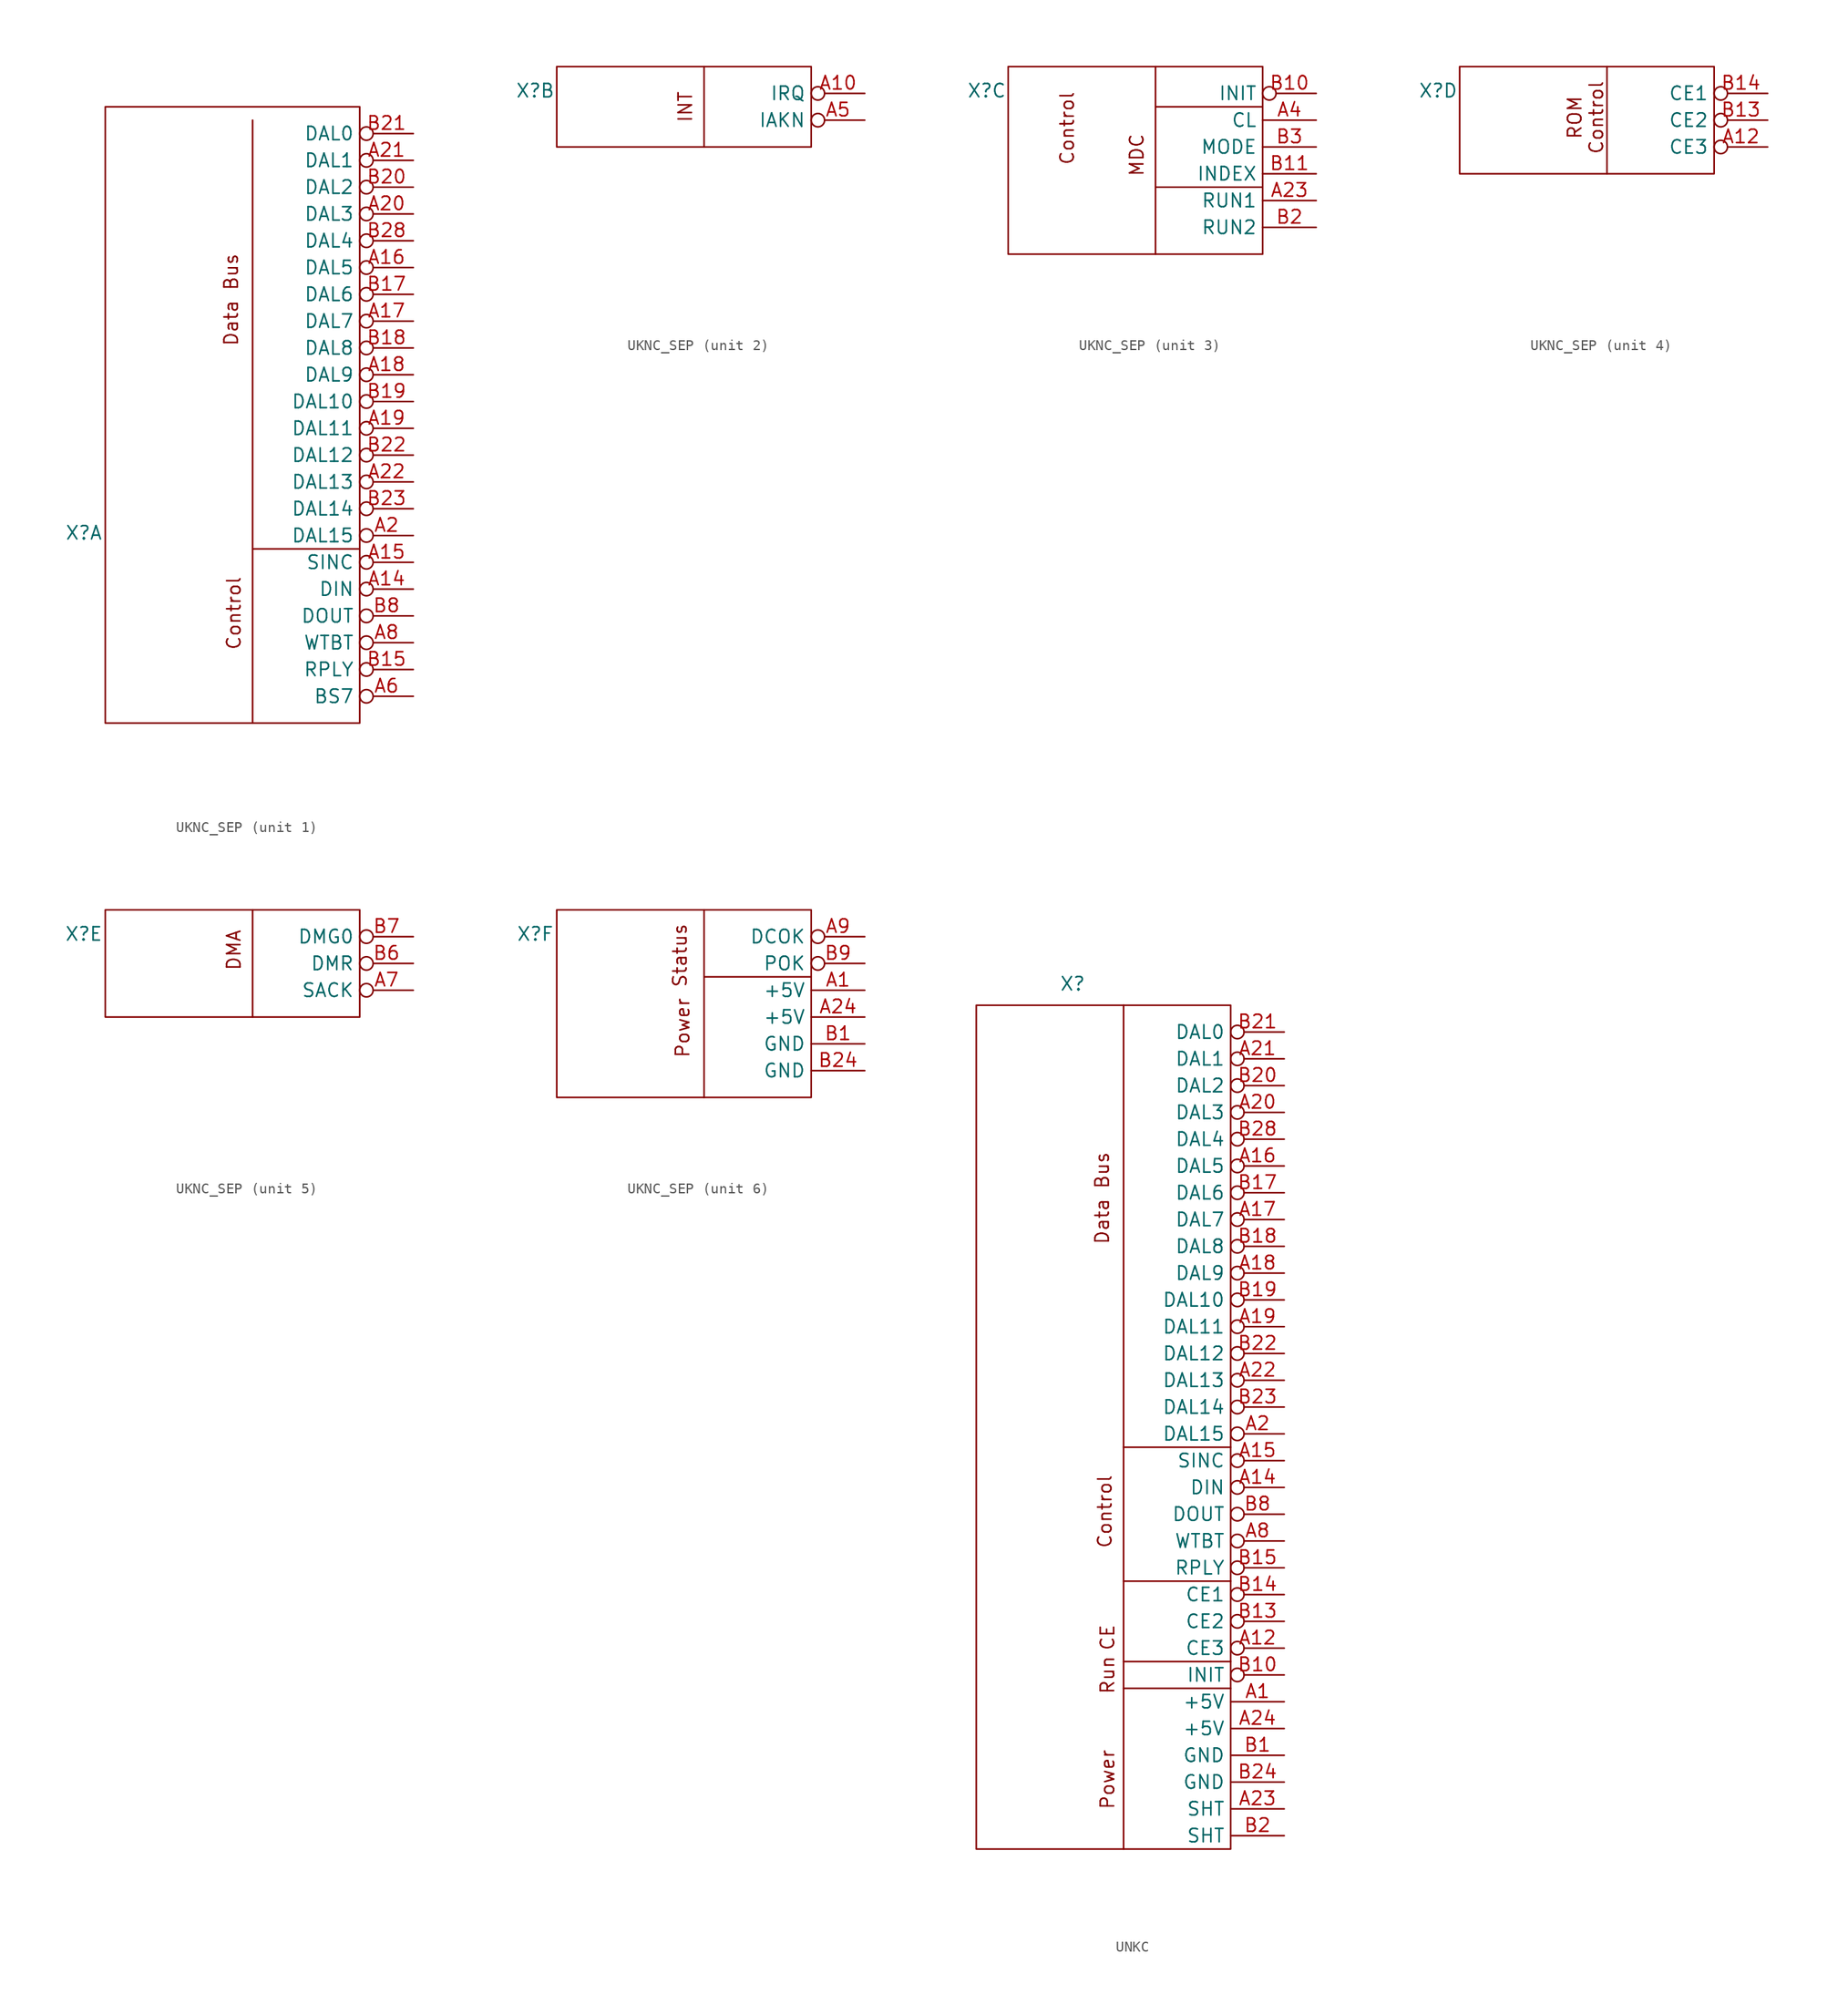
<source format=kicad_sym>
(kicad_symbol_lib
  (version 20231120)
  (generator "kicad_symbol_editor")
  (generator_version "8.0")
  (symbol "UKNC_SEP"
    (property "Reference" "X"
      (at -31.242 0.254 0)
      (effects (font (size 1.27 1.27))))
    (property "Value" ""
      (at -5.08 -20.32 0)
      (effects (font (size 1.27 1.27))))
    (property "ki_locked" ""
      (at 0 0 0)
      (effects (font (size 1.27 1.27))))
    (symbol "UKNC_SEP_1_1"
      (rectangle (start -29.21 40.64) (end -5.08 -17.78) (stroke (width 0) (type default)) (fill (type none)))
      (polyline (pts (xy -15.24 39.37) (xy -15.24 -17.78)) (stroke (width 0) (type default)) (fill (type none)))
      (polyline (pts (xy -5.08 -1.27) (xy -15.24 -1.27)) (stroke (width 0) (type default)) (fill (type none)))
      (text "Control" (at -17.018 -7.366 900) (effects (font (size 1.27 1.27))))
      (text "Data Bus" (at -17.272 22.352 900) (effects (font (size 1.27 1.27))))
      (pin output inverted (at 0 -5.08 180) (length 5.08) (name "DIN" (effects (font (size 1.27 1.27)))) (number "A14" (effects (font (size 1.27 1.27)))))
      (pin output inverted (at 0 -2.54 180) (length 5.08) (name "SINC" (effects (font (size 1.27 1.27)))) (number "A15" (effects (font (size 1.27 1.27)))))
      (pin bidirectional inverted (at 0 25.4 180) (length 5.08) (name "DAL5" (effects (font (size 1.27 1.27)))) (number "A16" (effects (font (size 1.27 1.27)))))
      (pin bidirectional inverted (at 0 20.32 180) (length 5.08) (name "DAL7" (effects (font (size 1.27 1.27)))) (number "A17" (effects (font (size 1.27 1.27)))))
      (pin bidirectional inverted (at 0 15.24 180) (length 5.08) (name "DAL9" (effects (font (size 1.27 1.27)))) (number "A18" (effects (font (size 1.27 1.27)))))
      (pin bidirectional inverted (at 0 10.16 180) (length 5.08) (name "DAL11" (effects (font (size 1.27 1.27)))) (number "A19" (effects (font (size 1.27 1.27)))))
      (pin bidirectional inverted (at 0 0 180) (length 5.08) (name "DAL15" (effects (font (size 1.27 1.27)))) (number "A2" (effects (font (size 1.27 1.27)))))
      (pin bidirectional inverted (at 0 30.48 180) (length 5.08) (name "DAL3" (effects (font (size 1.27 1.27)))) (number "A20" (effects (font (size 1.27 1.27)))))
      (pin bidirectional inverted (at 0 35.56 180) (length 5.08) (name "DAL1" (effects (font (size 1.27 1.27)))) (number "A21" (effects (font (size 1.27 1.27)))))
      (pin bidirectional inverted (at 0 5.08 180) (length 5.08) (name "DAL13" (effects (font (size 1.27 1.27)))) (number "A22" (effects (font (size 1.27 1.27)))))
      (pin output inverted (at 0 -15.24 180) (length 5.08) (name "BS7" (effects (font (size 1.27 1.27)))) (number "A6" (effects (font (size 1.27 1.27)))))
      (pin output inverted (at 0 -10.16 180) (length 5.08) (name "WTBT" (effects (font (size 1.27 1.27)))) (number "A8" (effects (font (size 1.27 1.27)))))
      (pin input inverted (at 0 -12.7 180) (length 5.08) (name "RPLY" (effects (font (size 1.27 1.27)))) (number "B15" (effects (font (size 1.27 1.27)))))
      (pin bidirectional inverted (at 0 22.86 180) (length 5.08) (name "DAL6" (effects (font (size 1.27 1.27)))) (number "B17" (effects (font (size 1.27 1.27)))))
      (pin bidirectional inverted (at 0 17.78 180) (length 5.08) (name "DAL8" (effects (font (size 1.27 1.27)))) (number "B18" (effects (font (size 1.27 1.27)))))
      (pin bidirectional inverted (at 0 12.7 180) (length 5.08) (name "DAL10" (effects (font (size 1.27 1.27)))) (number "B19" (effects (font (size 1.27 1.27)))))
      (pin bidirectional inverted (at 0 33.02 180) (length 5.08) (name "DAL2" (effects (font (size 1.27 1.27)))) (number "B20" (effects (font (size 1.27 1.27)))))
      (pin bidirectional inverted (at 0 38.1 180) (length 5.08) (name "DAL0" (effects (font (size 1.27 1.27)))) (number "B21" (effects (font (size 1.27 1.27)))))
      (pin bidirectional inverted (at 0 7.62 180) (length 5.08) (name "DAL12" (effects (font (size 1.27 1.27)))) (number "B22" (effects (font (size 1.27 1.27)))))
      (pin bidirectional inverted (at 0 2.54 180) (length 5.08) (name "DAL14" (effects (font (size 1.27 1.27)))) (number "B23" (effects (font (size 1.27 1.27)))))
      (pin bidirectional inverted (at 0 27.94 180) (length 5.08) (name "DAL4" (effects (font (size 1.27 1.27)))) (number "B28" (effects (font (size 1.27 1.27)))))
      (pin output inverted (at 0 -7.62 180) (length 5.08) (name "DOUT" (effects (font (size 1.27 1.27)))) (number "B8" (effects (font (size 1.27 1.27))))))
    (symbol "UKNC_SEP_2_1"
      (rectangle (start -29.21 2.54) (end -5.08 -5.08) (stroke (width 0) (type default)) (fill (type none)))
      (polyline (pts (xy -15.24 2.54) (xy -15.24 -5.08)) (stroke (width 0) (type default)) (fill (type none)))
      (text "INT" (at -17.018 -1.27 900) (effects (font (size 1.27 1.27))))
      (pin input inverted (at 0 0 180) (length 5.08) (name "IRQ" (effects (font (size 1.27 1.27)))) (number "A10" (effects (font (size 1.27 1.27)))))
      (pin output inverted (at 0 -2.54 180) (length 5.08) (name "IAKN" (effects (font (size 1.27 1.27)))) (number "A5" (effects (font (size 1.27 1.27))))))
    (symbol "UKNC_SEP_3_1"
      (rectangle (start -29.21 2.54) (end -5.08 -15.24) (stroke (width 0) (type default)) (fill (type none)))
      (polyline (pts (xy -15.24 2.54) (xy -15.24 -15.24)) (stroke (width 0) (type default)) (fill (type none)))
      (polyline (pts (xy -5.08 -8.89) (xy -15.24 -8.89)) (stroke (width 0) (type default)) (fill (type none)))
      (polyline (pts (xy -5.08 -1.27) (xy -15.24 -1.27)) (stroke (width 0) (type default)) (fill (type none)))
      (text "Control" (at -23.622 -3.302 900) (effects (font (size 1.27 1.27))))
      (text "MDC" (at -17.018 -5.842 900) (effects (font (size 1.27 1.27))))
      (pin unspecified line (at 0 -10.16 180) (length 5.08) (name "RUN1" (effects (font (size 1.27 1.27)))) (number "A23" (effects (font (size 1.27 1.27)))))
      (pin output line (at 0 -2.54 180) (length 5.08) (name "CL" (effects (font (size 1.27 1.27)))) (number "A4" (effects (font (size 1.27 1.27)))))
      (pin input inverted (at 0 0 180) (length 5.08) (name "INIT" (effects (font (size 1.27 1.27)))) (number "B10" (effects (font (size 1.27 1.27)))))
      (pin input line (at 0 -7.62 180) (length 5.08) (name "INDEX" (effects (font (size 1.27 1.27)))) (number "B11" (effects (font (size 1.27 1.27)))))
      (pin unspecified line (at 0 -12.7 180) (length 5.08) (name "RUN2" (effects (font (size 1.27 1.27)))) (number "B2" (effects (font (size 1.27 1.27)))))
      (pin input line (at 0 -5.08 180) (length 5.08) (name "MODE" (effects (font (size 1.27 1.27)))) (number "B3" (effects (font (size 1.27 1.27))))))
    (symbol "UKNC_SEP_4_1"
      (rectangle (start -29.21 2.54) (end -5.08 -7.62) (stroke (width 0) (type default)) (fill (type none)))
      (polyline (pts (xy -15.24 2.54) (xy -15.24 -7.62)) (stroke (width 0) (type default)) (fill (type none)))
      (text "ROM\nControl" (at -17.272 -2.286 900) (effects (font (size 1.27 1.27))))
      (pin output inverted (at 0 -5.08 180) (length 5.08) (name "CE3" (effects (font (size 1.27 1.27)))) (number "A12" (effects (font (size 1.27 1.27)))))
      (pin output inverted (at 0 -2.54 180) (length 5.08) (name "CE2" (effects (font (size 1.27 1.27)))) (number "B13" (effects (font (size 1.27 1.27)))))
      (pin input inverted (at 0 0 180) (length 5.08) (name "CE1" (effects (font (size 1.27 1.27)))) (number "B14" (effects (font (size 1.27 1.27))))))
    (symbol "UKNC_SEP_5_1"
      (rectangle (start -29.21 2.54) (end -5.08 -7.62) (stroke (width 0) (type default)) (fill (type none)))
      (polyline (pts (xy -15.24 2.54) (xy -15.24 -7.62)) (stroke (width 0) (type default)) (fill (type none)))
      (text "DMA" (at -17.018 -1.27 900) (effects (font (size 1.27 1.27))))
      (pin output inverted (at 0 -5.08 180) (length 5.08) (name "SACK" (effects (font (size 1.27 1.27)))) (number "A7" (effects (font (size 1.27 1.27)))))
      (pin input inverted (at 0 -2.54 180) (length 5.08) (name "DMR" (effects (font (size 1.27 1.27)))) (number "B6" (effects (font (size 1.27 1.27)))))
      (pin output inverted (at 0 0 180) (length 5.08) (name "DMG0" (effects (font (size 1.27 1.27)))) (number "B7" (effects (font (size 1.27 1.27))))))
    (symbol "UKNC_SEP_6_1"
      (rectangle (start -29.21 2.54) (end -5.08 -15.24) (stroke (width 0) (type default)) (fill (type none)))
      (polyline (pts (xy -15.24 2.54) (xy -15.24 -15.24)) (stroke (width 0) (type default)) (fill (type none)))
      (polyline (pts (xy -5.08 -3.81) (xy -15.24 -3.81)) (stroke (width 0) (type default)) (fill (type none)))
      (text "Power" (at -17.272 -8.636 900) (effects (font (size 1.27 1.27))))
      (text "Status" (at -17.526 -1.778 900) (effects (font (size 1.27 1.27))))
      (pin power_out line (at 0 -5.08 180) (length 5.08) (name "+5V" (effects (font (size 1.27 1.27)))) (number "A1" (effects (font (size 1.27 1.27)))))
      (pin power_out line (at 0 -7.62 180) (length 5.08) (name "+5V" (effects (font (size 1.27 1.27)))) (number "A24" (effects (font (size 1.27 1.27)))))
      (pin output inverted (at 0 0 180) (length 5.08) (name "DCOK" (effects (font (size 1.27 1.27)))) (number "A9" (effects (font (size 1.27 1.27)))))
      (pin power_out line (at 0 -10.16 180) (length 5.08) (name "GND" (effects (font (size 1.27 1.27)))) (number "B1" (effects (font (size 1.27 1.27)))))
      (pin power_out line (at 0 -12.7 180) (length 5.08) (name "GND" (effects (font (size 1.27 1.27)))) (number "B24" (effects (font (size 1.27 1.27)))))
      (pin output inverted (at 0 -2.54 180) (length 5.08) (name "POK" (effects (font (size 1.27 1.27)))) (number "B9" (effects (font (size 1.27 1.27)))))))
  (symbol "UNKC"
    (property "Reference" "X"
      (at -20.066 42.672 0)
      (effects (font (size 1.27 1.27))))
    (property "Value" ""
      (at -5.08 17.78 0)
      (effects (font (size 1.27 1.27))))
    (symbol "UNKC_0_1"
      (rectangle (start -29.21 40.64) (end -5.08 -39.37) (stroke (width 0) (type default)) (fill (type none)))
      (polyline (pts (xy -15.24 40.64) (xy -15.24 -39.37)) (stroke (width 0) (type default)) (fill (type none)))
      (polyline (pts (xy -5.08 -24.13) (xy -15.24 -24.13)) (stroke (width 0) (type default)) (fill (type none)))
      (polyline (pts (xy -5.08 -21.59) (xy -15.24 -21.59)) (stroke (width 0) (type default)) (fill (type none)))
      (polyline (pts (xy -5.08 -13.97) (xy -15.24 -13.97)) (stroke (width 0) (type default)) (fill (type none)))
      (polyline (pts (xy -5.08 -1.27) (xy -15.24 -1.27)) (stroke (width 0) (type default)) (fill (type none))))
    (symbol "UNKC_1_1"
      (text "CE" (at -16.764 -19.304 900) (effects (font (size 1.27 1.27))))
      (text "Control" (at -17.018 -7.366 900) (effects (font (size 1.27 1.27))))
      (text "Data Bus" (at -17.272 22.352 900) (effects (font (size 1.27 1.27))))
      (text "Power" (at -16.764 -32.766 900) (effects (font (size 1.27 1.27))))
      (text "Run" (at -16.764 -22.86 900) (effects (font (size 1.27 1.27))))
      (pin power_out line (at 0 -25.4 180) (length 5.08) (name "+5V" (effects (font (size 1.27 1.27)))) (number "A1" (effects (font (size 1.27 1.27)))))
      (pin output inverted (at 0 -20.32 180) (length 5.08) (name "CE3" (effects (font (size 1.27 1.27)))) (number "A12" (effects (font (size 1.27 1.27)))))
      (pin output inverted (at 0 -5.08 180) (length 5.08) (name "DIN" (effects (font (size 1.27 1.27)))) (number "A14" (effects (font (size 1.27 1.27)))))
      (pin output inverted (at 0 -2.54 180) (length 5.08) (name "SINC" (effects (font (size 1.27 1.27)))) (number "A15" (effects (font (size 1.27 1.27)))))
      (pin bidirectional inverted (at 0 25.4 180) (length 5.08) (name "DAL5" (effects (font (size 1.27 1.27)))) (number "A16" (effects (font (size 1.27 1.27)))))
      (pin bidirectional inverted (at 0 20.32 180) (length 5.08) (name "DAL7" (effects (font (size 1.27 1.27)))) (number "A17" (effects (font (size 1.27 1.27)))))
      (pin bidirectional inverted (at 0 15.24 180) (length 5.08) (name "DAL9" (effects (font (size 1.27 1.27)))) (number "A18" (effects (font (size 1.27 1.27)))))
      (pin bidirectional inverted (at 0 10.16 180) (length 5.08) (name "DAL11" (effects (font (size 1.27 1.27)))) (number "A19" (effects (font (size 1.27 1.27)))))
      (pin bidirectional inverted (at 0 0 180) (length 5.08) (name "DAL15" (effects (font (size 1.27 1.27)))) (number "A2" (effects (font (size 1.27 1.27)))))
      (pin bidirectional inverted (at 0 30.48 180) (length 5.08) (name "DAL3" (effects (font (size 1.27 1.27)))) (number "A20" (effects (font (size 1.27 1.27)))))
      (pin bidirectional inverted (at 0 35.56 180) (length 5.08) (name "DAL1" (effects (font (size 1.27 1.27)))) (number "A21" (effects (font (size 1.27 1.27)))))
      (pin bidirectional inverted (at 0 5.08 180) (length 5.08) (name "DAL13" (effects (font (size 1.27 1.27)))) (number "A22" (effects (font (size 1.27 1.27)))))
      (pin unspecified line (at 0 -35.56 180) (length 5.08) (name "SHT" (effects (font (size 1.27 1.27)))) (number "A23" (effects (font (size 1.27 1.27)))))
      (pin power_out line (at 0 -27.94 180) (length 5.08) (name "+5V" (effects (font (size 1.27 1.27)))) (number "A24" (effects (font (size 1.27 1.27)))))
      (pin output inverted (at 0 -10.16 180) (length 5.08) (name "WTBT" (effects (font (size 1.27 1.27)))) (number "A8" (effects (font (size 1.27 1.27)))))
      (pin power_out line (at 0 -30.48 180) (length 5.08) (name "GND" (effects (font (size 1.27 1.27)))) (number "B1" (effects (font (size 1.27 1.27)))))
      (pin input inverted (at 0 -22.86 180) (length 5.08) (name "INIT" (effects (font (size 1.27 1.27)))) (number "B10" (effects (font (size 1.27 1.27)))))
      (pin output inverted (at 0 -17.78 180) (length 5.08) (name "CE2" (effects (font (size 1.27 1.27)))) (number "B13" (effects (font (size 1.27 1.27)))))
      (pin input inverted (at 0 -15.24 180) (length 5.08) (name "CE1" (effects (font (size 1.27 1.27)))) (number "B14" (effects (font (size 1.27 1.27)))))
      (pin input inverted (at 0 -12.7 180) (length 5.08) (name "RPLY" (effects (font (size 1.27 1.27)))) (number "B15" (effects (font (size 1.27 1.27)))))
      (pin bidirectional inverted (at 0 22.86 180) (length 5.08) (name "DAL6" (effects (font (size 1.27 1.27)))) (number "B17" (effects (font (size 1.27 1.27)))))
      (pin bidirectional inverted (at 0 17.78 180) (length 5.08) (name "DAL8" (effects (font (size 1.27 1.27)))) (number "B18" (effects (font (size 1.27 1.27)))))
      (pin bidirectional inverted (at 0 12.7 180) (length 5.08) (name "DAL10" (effects (font (size 1.27 1.27)))) (number "B19" (effects (font (size 1.27 1.27)))))
      (pin unspecified line (at 0 -38.1 180) (length 5.08) (name "SHT" (effects (font (size 1.27 1.27)))) (number "B2" (effects (font (size 1.27 1.27)))))
      (pin bidirectional inverted (at 0 33.02 180) (length 5.08) (name "DAL2" (effects (font (size 1.27 1.27)))) (number "B20" (effects (font (size 1.27 1.27)))))
      (pin bidirectional inverted (at 0 38.1 180) (length 5.08) (name "DAL0" (effects (font (size 1.27 1.27)))) (number "B21" (effects (font (size 1.27 1.27)))))
      (pin bidirectional inverted (at 0 7.62 180) (length 5.08) (name "DAL12" (effects (font (size 1.27 1.27)))) (number "B22" (effects (font (size 1.27 1.27)))))
      (pin bidirectional inverted (at 0 2.54 180) (length 5.08) (name "DAL14" (effects (font (size 1.27 1.27)))) (number "B23" (effects (font (size 1.27 1.27)))))
      (pin power_out line (at 0 -33.02 180) (length 5.08) (name "GND" (effects (font (size 1.27 1.27)))) (number "B24" (effects (font (size 1.27 1.27)))))
      (pin bidirectional inverted (at 0 27.94 180) (length 5.08) (name "DAL4" (effects (font (size 1.27 1.27)))) (number "B28" (effects (font (size 1.27 1.27)))))
      (pin output inverted (at 0 -7.62 180) (length 5.08) (name "DOUT" (effects (font (size 1.27 1.27)))) (number "B8" (effects (font (size 1.27 1.27))))))))
</source>
